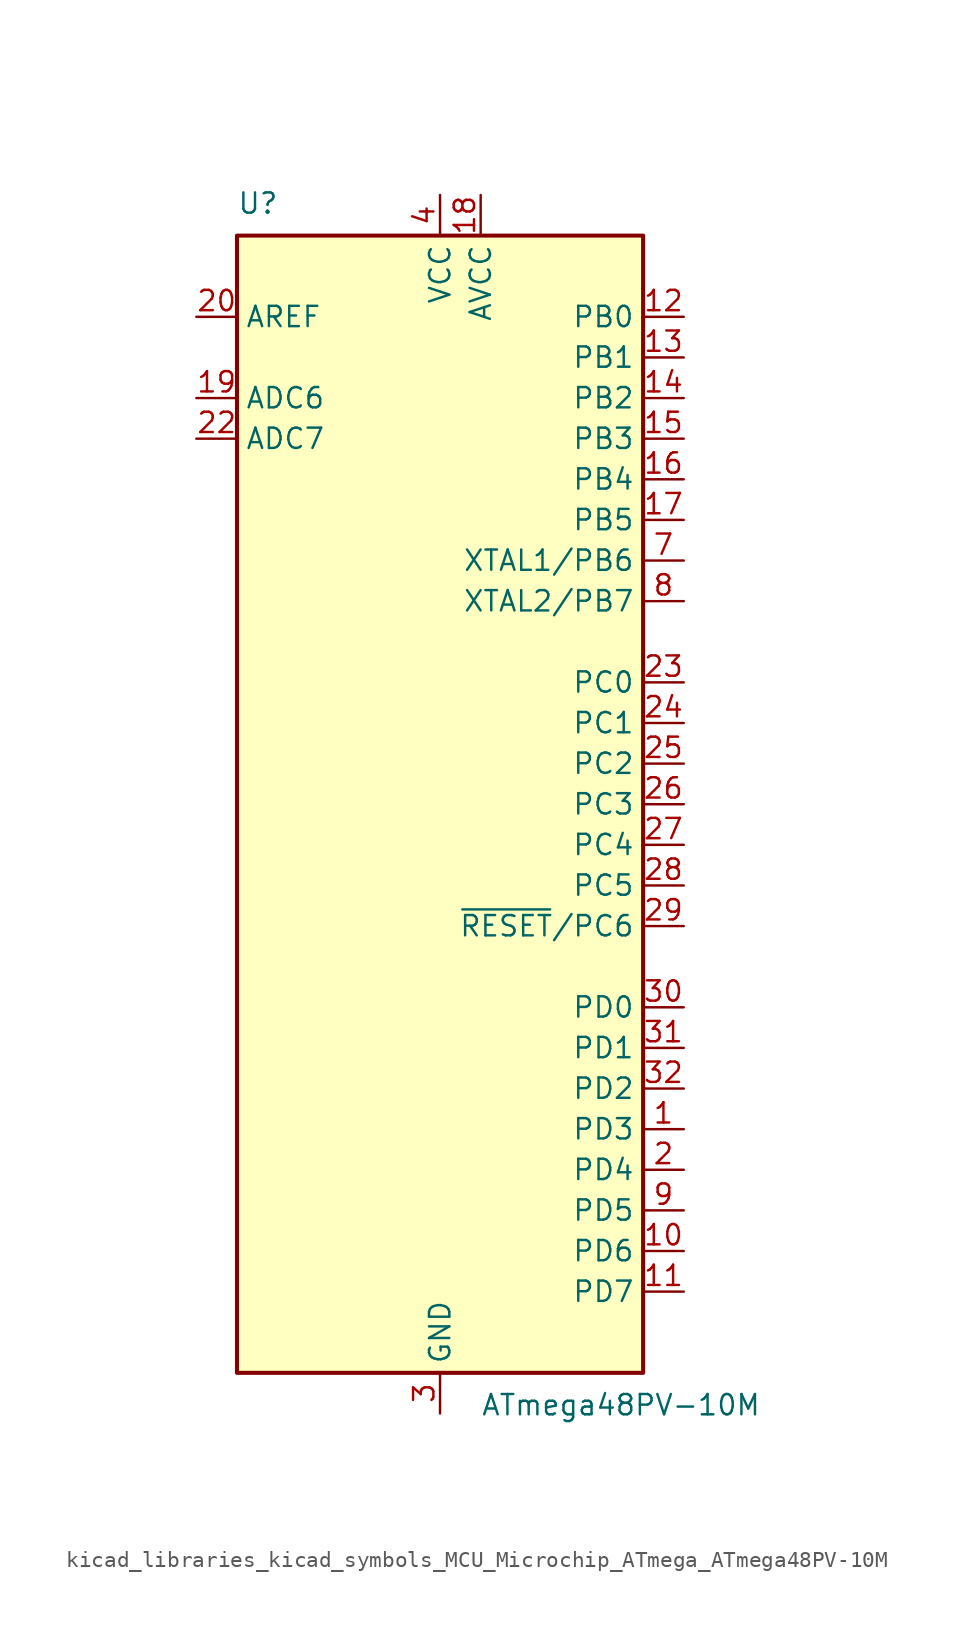
<source format=kicad_sym>
(kicad_symbol_lib
  (version 20220914)
  (generator kicad_symbol_editor)
  (symbol "kicad_libraries_kicad_symbols_MCU_Microchip_ATmega_ATmega48PV-10M"
    (property "Reference" "U"
      (at -12.7 36.83 0)
      (effects (font (size 1.27 1.27)) (justify left bottom)))
    (property "Value" "ATmega48PV-10M"
      (at 2.54 -36.83 0)
      (effects (font (size 1.27 1.27)) (justify left top)))
    (symbol "kicad_libraries_kicad_symbols_MCU_Microchip_ATmega_ATmega48PV-10M_0_1"
      (rectangle (start -12.7 -35.56) (end 12.7 35.56) (stroke (width 0.254) (type default)) (fill (type background))))
    (symbol "kicad_libraries_kicad_symbols_MCU_Microchip_ATmega_ATmega48PV-10M_1_1"
      (pin bidirectional line (at 15.24 -20.32 180) (length 2.54) (name "PD3" (effects (font (size 1.27 1.27)))) (number "1" (effects (font (size 1.27 1.27)))))
      (pin bidirectional line (at 15.24 -27.94 180) (length 2.54) (name "PD6" (effects (font (size 1.27 1.27)))) (number "10" (effects (font (size 1.27 1.27)))))
      (pin bidirectional line (at 15.24 -30.48 180) (length 2.54) (name "PD7" (effects (font (size 1.27 1.27)))) (number "11" (effects (font (size 1.27 1.27)))))
      (pin bidirectional line (at 15.24 30.48 180) (length 2.54) (name "PB0" (effects (font (size 1.27 1.27)))) (number "12" (effects (font (size 1.27 1.27)))))
      (pin bidirectional line (at 15.24 27.94 180) (length 2.54) (name "PB1" (effects (font (size 1.27 1.27)))) (number "13" (effects (font (size 1.27 1.27)))))
      (pin bidirectional line (at 15.24 25.4 180) (length 2.54) (name "PB2" (effects (font (size 1.27 1.27)))) (number "14" (effects (font (size 1.27 1.27)))))
      (pin bidirectional line (at 15.24 22.86 180) (length 2.54) (name "PB3" (effects (font (size 1.27 1.27)))) (number "15" (effects (font (size 1.27 1.27)))))
      (pin bidirectional line (at 15.24 20.32 180) (length 2.54) (name "PB4" (effects (font (size 1.27 1.27)))) (number "16" (effects (font (size 1.27 1.27)))))
      (pin bidirectional line (at 15.24 17.78 180) (length 2.54) (name "PB5" (effects (font (size 1.27 1.27)))) (number "17" (effects (font (size 1.27 1.27)))))
      (pin power_in line (at 2.54 38.1 270) (length 2.54) (name "AVCC" (effects (font (size 1.27 1.27)))) (number "18" (effects (font (size 1.27 1.27)))))
      (pin input line (at -15.24 25.4 0) (length 2.54) (name "ADC6" (effects (font (size 1.27 1.27)))) (number "19" (effects (font (size 1.27 1.27)))))
      (pin bidirectional line (at 15.24 -22.86 180) (length 2.54) (name "PD4" (effects (font (size 1.27 1.27)))) (number "2" (effects (font (size 1.27 1.27)))))
      (pin passive line (at -15.24 30.48 0) (length 2.54) (name "AREF" (effects (font (size 1.27 1.27)))) (number "20" (effects (font (size 1.27 1.27)))))
      (pin passive line (at 0 -38.1 90) (length 2.54) hide (name "GND" (effects (font (size 1.27 1.27)))) (number "21" (effects (font (size 1.27 1.27)))))
      (pin input line (at -15.24 22.86 0) (length 2.54) (name "ADC7" (effects (font (size 1.27 1.27)))) (number "22" (effects (font (size 1.27 1.27)))))
      (pin bidirectional line (at 15.24 7.62 180) (length 2.54) (name "PC0" (effects (font (size 1.27 1.27)))) (number "23" (effects (font (size 1.27 1.27)))))
      (pin bidirectional line (at 15.24 5.08 180) (length 2.54) (name "PC1" (effects (font (size 1.27 1.27)))) (number "24" (effects (font (size 1.27 1.27)))))
      (pin bidirectional line (at 15.24 2.54 180) (length 2.54) (name "PC2" (effects (font (size 1.27 1.27)))) (number "25" (effects (font (size 1.27 1.27)))))
      (pin bidirectional line (at 15.24 0 180) (length 2.54) (name "PC3" (effects (font (size 1.27 1.27)))) (number "26" (effects (font (size 1.27 1.27)))))
      (pin bidirectional line (at 15.24 -2.54 180) (length 2.54) (name "PC4" (effects (font (size 1.27 1.27)))) (number "27" (effects (font (size 1.27 1.27)))))
      (pin bidirectional line (at 15.24 -5.08 180) (length 2.54) (name "PC5" (effects (font (size 1.27 1.27)))) (number "28" (effects (font (size 1.27 1.27)))))
      (pin bidirectional line (at 15.24 -7.62 180) (length 2.54) (name "~{RESET}/PC6" (effects (font (size 1.27 1.27)))) (number "29" (effects (font (size 1.27 1.27)))))
      (pin power_in line (at 0 -38.1 90) (length 2.54) (name "GND" (effects (font (size 1.27 1.27)))) (number "3" (effects (font (size 1.27 1.27)))))
      (pin bidirectional line (at 15.24 -12.7 180) (length 2.54) (name "PD0" (effects (font (size 1.27 1.27)))) (number "30" (effects (font (size 1.27 1.27)))))
      (pin bidirectional line (at 15.24 -15.24 180) (length 2.54) (name "PD1" (effects (font (size 1.27 1.27)))) (number "31" (effects (font (size 1.27 1.27)))))
      (pin bidirectional line (at 15.24 -17.78 180) (length 2.54) (name "PD2" (effects (font (size 1.27 1.27)))) (number "32" (effects (font (size 1.27 1.27)))))
      (pin passive line (at 0 -38.1 90) (length 2.54) hide (name "GND" (effects (font (size 1.27 1.27)))) (number "33" (effects (font (size 1.27 1.27)))))
      (pin power_in line (at 0 38.1 270) (length 2.54) (name "VCC" (effects (font (size 1.27 1.27)))) (number "4" (effects (font (size 1.27 1.27)))))
      (pin passive line (at 0 -38.1 90) (length 2.54) hide (name "GND" (effects (font (size 1.27 1.27)))) (number "5" (effects (font (size 1.27 1.27)))))
      (pin passive line (at 0 38.1 270) (length 2.54) hide (name "VCC" (effects (font (size 1.27 1.27)))) (number "6" (effects (font (size 1.27 1.27)))))
      (pin bidirectional line (at 15.24 15.24 180) (length 2.54) (name "XTAL1/PB6" (effects (font (size 1.27 1.27)))) (number "7" (effects (font (size 1.27 1.27)))))
      (pin bidirectional line (at 15.24 12.7 180) (length 2.54) (name "XTAL2/PB7" (effects (font (size 1.27 1.27)))) (number "8" (effects (font (size 1.27 1.27)))))
      (pin bidirectional line (at 15.24 -25.4 180) (length 2.54) (name "PD5" (effects (font (size 1.27 1.27)))) (number "9" (effects (font (size 1.27 1.27))))))))
</source>
